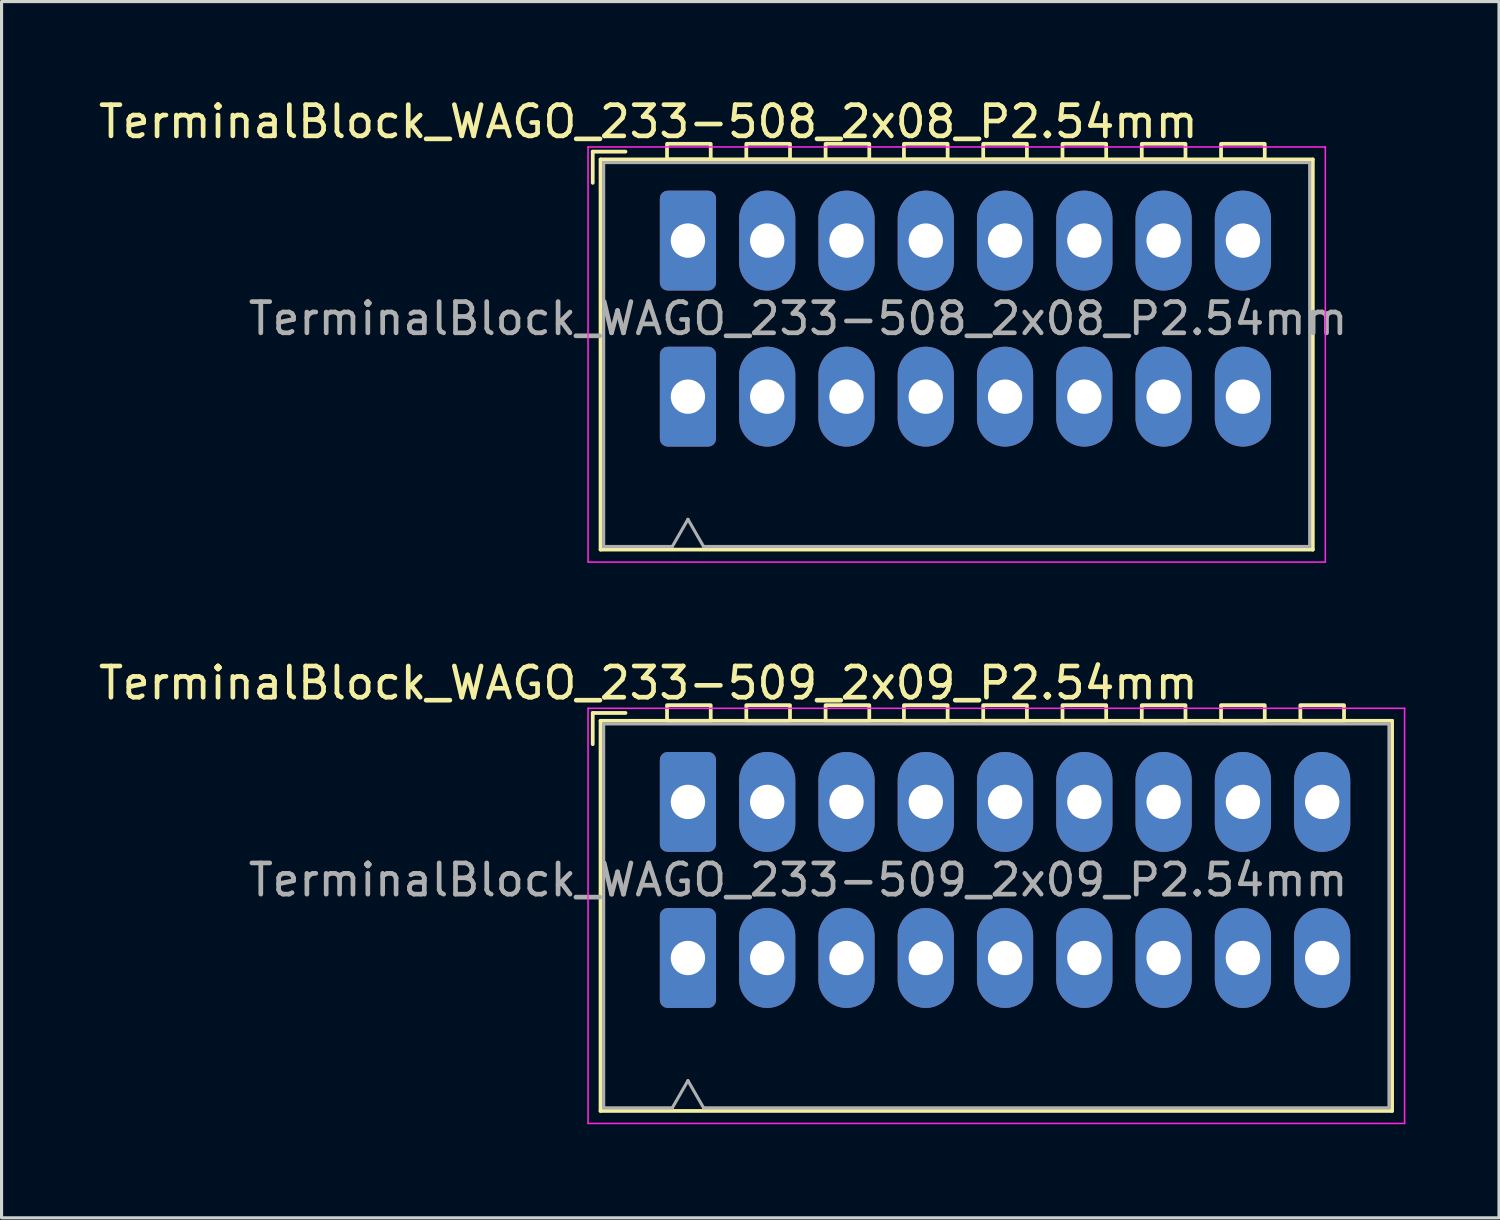
<source format=kicad_pcb>
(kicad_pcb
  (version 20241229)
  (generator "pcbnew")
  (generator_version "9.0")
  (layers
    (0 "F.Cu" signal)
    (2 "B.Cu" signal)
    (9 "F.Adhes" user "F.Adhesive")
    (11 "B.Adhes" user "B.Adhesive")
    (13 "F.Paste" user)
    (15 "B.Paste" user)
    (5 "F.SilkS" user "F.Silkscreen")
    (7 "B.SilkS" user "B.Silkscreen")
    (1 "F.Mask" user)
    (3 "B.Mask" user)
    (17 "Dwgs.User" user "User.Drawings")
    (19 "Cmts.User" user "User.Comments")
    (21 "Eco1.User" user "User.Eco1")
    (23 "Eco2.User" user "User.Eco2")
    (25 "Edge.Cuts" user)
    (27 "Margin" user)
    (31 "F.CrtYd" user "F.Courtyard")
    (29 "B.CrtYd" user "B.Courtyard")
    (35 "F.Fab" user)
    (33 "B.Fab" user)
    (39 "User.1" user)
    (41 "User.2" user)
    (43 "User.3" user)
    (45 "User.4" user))
  (footprint "TerminalBlock_WAGO_233-508_2x08_P2.54mm"
    (layer "F.Cu")
    (at 18.99 4.658)
    (property "Reference" "TerminalBlock_WAGO_233-508_2x08_P2.54mm" (at -1.27 -3.81 0) (layer "F.SilkS") (effects (font (size 1 1) (thickness 0.15))))
    (attr through_hole)
    (fp_line (start -3.05 -2.85) (end -3.05 -1.85) (stroke (width 0.12) (type default)) (layer "F.SilkS"))
    (fp_line (start -3.05 -2.85) (end -2 -2.85) (stroke (width 0.12) (type default)) (layer "F.SilkS"))
    (fp_line (start -2.8 -2.6) (end 20.02 -2.6) (stroke (width 0.12) (type solid)) (layer "F.SilkS"))
    (fp_line (start -2.8 9.9) (end -2.8 -2.6) (stroke (width 0.12) (type solid)) (layer "F.SilkS"))
    (fp_line (start 20.02 -2.6) (end 20.02 9.9) (stroke (width 0.12) (type solid)) (layer "F.SilkS"))
    (fp_line (start 20.02 9.9) (end -2.8 9.9) (stroke (width 0.12) (type solid)) (layer "F.SilkS"))
    (fp_rect (start -0.67 -3.1) (end 0.73 -2.6) (stroke (width 0.12) (type default)) (fill no) (layer "F.SilkS"))
    (fp_rect (start 1.87 -3.1) (end 3.27 -2.6) (stroke (width 0.12) (type default)) (fill no) (layer "F.SilkS"))
    (fp_rect (start 4.41 -3.1) (end 5.81 -2.6) (stroke (width 0.12) (type default)) (fill no) (layer "F.SilkS"))
    (fp_rect (start 6.92 -3.1) (end 8.32 -2.6) (stroke (width 0.12) (type default)) (fill no) (layer "F.SilkS"))
    (fp_rect (start 9.46 -3.101) (end 10.86 -2.601) (stroke (width 0.12) (type default)) (fill no) (layer "F.SilkS"))
    (fp_rect (start 12 -3.101) (end 13.4 -2.601) (stroke (width 0.12) (type default)) (fill no) (layer "F.SilkS"))
    (fp_rect (start 14.54 -3.1) (end 15.94 -2.6) (stroke (width 0.12) (type default)) (fill no) (layer "F.SilkS"))
    (fp_rect (start 17.08 -3.1) (end 18.48 -2.6) (stroke (width 0.12) (type default)) (fill no) (layer "F.SilkS"))
    (fp_line (start -3.2 -3) (end 20.42 -3) (stroke (width 0.05) (type solid)) (layer "F.CrtYd"))
    (fp_line (start -3.2 10.3) (end -3.2 -3) (stroke (width 0.05) (type solid)) (layer "F.CrtYd"))
    (fp_line (start 20.42 -3) (end 20.42 10.3) (stroke (width 0.05) (type solid)) (layer "F.CrtYd"))
    (fp_line (start 20.42 10.3) (end -3.2 10.3) (stroke (width 0.05) (type solid)) (layer "F.CrtYd"))
    (fp_line (start -2.7 -2.5) (end 19.92 -2.5) (stroke (width 0.1) (type default)) (layer "F.Fab"))
    (fp_line (start -2.7 9.8) (end -2.7 -2.5) (stroke (width 0.1) (type default)) (layer "F.Fab"))
    (fp_line (start -2.7 9.8) (end -0.5 9.8) (stroke (width 0.1) (type default)) (layer "F.Fab"))
    (fp_line (start 0 8.93) (end -0.5 9.8) (stroke (width 0.1) (type default)) (layer "F.Fab"))
    (fp_line (start 0.5 9.8) (end 0 8.93) (stroke (width 0.1) (type default)) (layer "F.Fab"))
    (fp_line (start 0.5 9.8) (end 19.92 9.8) (stroke (width 0.1) (type default)) (layer "F.Fab"))
    (fp_line (start 19.92 -2.5) (end 19.92 9.8) (stroke (width 0.1) (type default)) (layer "F.Fab"))
    (fp_text user "${REFERENCE}" (at 3.53 2.5 0) (layer "F.Fab") (effects (font (size 1 1) (thickness 0.15))))
    (pad "1" thru_hole roundrect (at 0 0) (size 1.8 3.2) (drill 1.1) (layers "*.Cu" "*.Mask") (roundrect_rratio 0.139))
    (pad "1" thru_hole roundrect (at 0 5) (size 1.8 3.2) (drill 1.1) (layers "*.Cu" "*.Mask") (roundrect_rratio 0.139))
    (pad "2" thru_hole oval (at 2.54 0) (size 1.8 3.2) (drill 1.1) (layers "*.Cu" "*.Mask"))
    (pad "2" thru_hole oval (at 2.54 5) (size 1.8 3.2) (drill 1.1) (layers "*.Cu" "*.Mask"))
    (pad "3" thru_hole oval (at 5.08 0) (size 1.8 3.2) (drill 1.1) (layers "*.Cu" "*.Mask"))
    (pad "3" thru_hole oval (at 5.08 5) (size 1.8 3.2) (drill 1.1) (layers "*.Cu" "*.Mask"))
    (pad "4" thru_hole oval (at 7.62 0) (size 1.8 3.2) (drill 1.1) (layers "*.Cu" "*.Mask"))
    (pad "4" thru_hole oval (at 7.62 5) (size 1.8 3.2) (drill 1.1) (layers "*.Cu" "*.Mask"))
    (pad "5" thru_hole oval (at 10.16 0) (size 1.8 3.2) (drill 1.1) (layers "*.Cu" "*.Mask"))
    (pad "5" thru_hole oval (at 10.16 5) (size 1.8 3.2) (drill 1.1) (layers "*.Cu" "*.Mask"))
    (pad "6" thru_hole oval (at 12.7 0) (size 1.8 3.2) (drill 1.1) (layers "*.Cu" "*.Mask"))
    (pad "6" thru_hole oval (at 12.7 5) (size 1.8 3.2) (drill 1.1) (layers "*.Cu" "*.Mask"))
    (pad "7" thru_hole oval (at 15.24 0) (size 1.8 3.2) (drill 1.1) (layers "*.Cu" "*.Mask"))
    (pad "7" thru_hole oval (at 15.24 5) (size 1.8 3.2) (drill 1.1) (layers "*.Cu" "*.Mask"))
    (pad "8" thru_hole oval (at 17.78 0) (size 1.8 3.2) (drill 1.1) (layers "*.Cu" "*.Mask"))
    (pad "8" thru_hole oval (at 17.78 5) (size 1.8 3.2) (drill 1.1) (layers "*.Cu" "*.Mask")))
  (footprint "TerminalBlock_WAGO_233-509_2x09_P2.54mm"
    (layer "F.Cu")
    (at 18.99 22.642)
    (property "Reference" "TerminalBlock_WAGO_233-509_2x09_P2.54mm" (at -1.27 -3.81 0) (layer "F.SilkS") (effects (font (size 1 1) (thickness 0.15))))
    (attr through_hole)
    (fp_line (start -3.05 -2.85) (end -3.05 -1.85) (stroke (width 0.12) (type default)) (layer "F.SilkS"))
    (fp_line (start -3.05 -2.85) (end -2 -2.85) (stroke (width 0.12) (type default)) (layer "F.SilkS"))
    (fp_line (start -2.8 -2.6) (end 22.56 -2.6) (stroke (width 0.12) (type solid)) (layer "F.SilkS"))
    (fp_line (start -2.8 9.9) (end -2.8 -2.6) (stroke (width 0.12) (type solid)) (layer "F.SilkS"))
    (fp_line (start 22.56 -2.6) (end 22.56 9.9) (stroke (width 0.12) (type solid)) (layer "F.SilkS"))
    (fp_line (start 22.56 9.9) (end -2.8 9.9) (stroke (width 0.12) (type solid)) (layer "F.SilkS"))
    (fp_rect (start -0.67 -3.1) (end 0.73 -2.6) (stroke (width 0.12) (type default)) (fill no) (layer "F.SilkS"))
    (fp_rect (start 1.87 -3.1) (end 3.27 -2.6) (stroke (width 0.12) (type default)) (fill no) (layer "F.SilkS"))
    (fp_rect (start 4.41 -3.1) (end 5.81 -2.6) (stroke (width 0.12) (type default)) (fill no) (layer "F.SilkS"))
    (fp_rect (start 6.92 -3.1) (end 8.32 -2.6) (stroke (width 0.12) (type default)) (fill no) (layer "F.SilkS"))
    (fp_rect (start 9.46 -3.101) (end 10.86 -2.601) (stroke (width 0.12) (type default)) (fill no) (layer "F.SilkS"))
    (fp_rect (start 12 -3.101) (end 13.4 -2.601) (stroke (width 0.12) (type default)) (fill no) (layer "F.SilkS"))
    (fp_rect (start 14.54 -3.1) (end 15.94 -2.6) (stroke (width 0.12) (type default)) (fill no) (layer "F.SilkS"))
    (fp_rect (start 17.08 -3.1) (end 18.48 -2.6) (stroke (width 0.12) (type default)) (fill no) (layer "F.SilkS"))
    (fp_rect (start 19.62 -3.1) (end 21.02 -2.6) (stroke (width 0.12) (type default)) (fill no) (layer "F.SilkS"))
    (fp_line (start -3.2 -3) (end 22.96 -3) (stroke (width 0.05) (type solid)) (layer "F.CrtYd"))
    (fp_line (start -3.2 10.3) (end -3.2 -3) (stroke (width 0.05) (type solid)) (layer "F.CrtYd"))
    (fp_line (start 22.96 -3) (end 22.96 10.3) (stroke (width 0.05) (type solid)) (layer "F.CrtYd"))
    (fp_line (start 22.96 10.3) (end -3.2 10.3) (stroke (width 0.05) (type solid)) (layer "F.CrtYd"))
    (fp_line (start -2.7 -2.5) (end 22.46 -2.5) (stroke (width 0.1) (type default)) (layer "F.Fab"))
    (fp_line (start -2.7 9.8) (end -2.7 -2.5) (stroke (width 0.1) (type default)) (layer "F.Fab"))
    (fp_line (start -2.7 9.8) (end -0.5 9.8) (stroke (width 0.1) (type default)) (layer "F.Fab"))
    (fp_line (start 0 8.93) (end -0.5 9.8) (stroke (width 0.1) (type default)) (layer "F.Fab"))
    (fp_line (start 0.5 9.8) (end 0 8.93) (stroke (width 0.1) (type default)) (layer "F.Fab"))
    (fp_line (start 0.5 9.8) (end 22.46 9.8) (stroke (width 0.1) (type default)) (layer "F.Fab"))
    (fp_line (start 22.46 -2.5) (end 22.46 9.8) (stroke (width 0.1) (type default)) (layer "F.Fab"))
    (fp_text user "${REFERENCE}" (at 3.53 2.5 0) (layer "F.Fab") (effects (font (size 1 1) (thickness 0.15))))
    (pad "1" thru_hole roundrect (at 0 0) (size 1.8 3.2) (drill 1.1) (layers "*.Cu" "*.Mask") (roundrect_rratio 0.139))
    (pad "1" thru_hole roundrect (at 0 5) (size 1.8 3.2) (drill 1.1) (layers "*.Cu" "*.Mask") (roundrect_rratio 0.139))
    (pad "2" thru_hole oval (at 2.54 0) (size 1.8 3.2) (drill 1.1) (layers "*.Cu" "*.Mask"))
    (pad "2" thru_hole oval (at 2.54 5) (size 1.8 3.2) (drill 1.1) (layers "*.Cu" "*.Mask"))
    (pad "3" thru_hole oval (at 5.08 0) (size 1.8 3.2) (drill 1.1) (layers "*.Cu" "*.Mask"))
    (pad "3" thru_hole oval (at 5.08 5) (size 1.8 3.2) (drill 1.1) (layers "*.Cu" "*.Mask"))
    (pad "4" thru_hole oval (at 7.62 0) (size 1.8 3.2) (drill 1.1) (layers "*.Cu" "*.Mask"))
    (pad "4" thru_hole oval (at 7.62 5) (size 1.8 3.2) (drill 1.1) (layers "*.Cu" "*.Mask"))
    (pad "5" thru_hole oval (at 10.16 0) (size 1.8 3.2) (drill 1.1) (layers "*.Cu" "*.Mask"))
    (pad "5" thru_hole oval (at 10.16 5) (size 1.8 3.2) (drill 1.1) (layers "*.Cu" "*.Mask"))
    (pad "6" thru_hole oval (at 12.7 0) (size 1.8 3.2) (drill 1.1) (layers "*.Cu" "*.Mask"))
    (pad "6" thru_hole oval (at 12.7 5) (size 1.8 3.2) (drill 1.1) (layers "*.Cu" "*.Mask"))
    (pad "7" thru_hole oval (at 15.24 0) (size 1.8 3.2) (drill 1.1) (layers "*.Cu" "*.Mask"))
    (pad "7" thru_hole oval (at 15.24 5) (size 1.8 3.2) (drill 1.1) (layers "*.Cu" "*.Mask"))
    (pad "8" thru_hole oval (at 17.78 0) (size 1.8 3.2) (drill 1.1) (layers "*.Cu" "*.Mask"))
    (pad "8" thru_hole oval (at 17.78 5) (size 1.8 3.2) (drill 1.1) (layers "*.Cu" "*.Mask"))
    (pad "9" thru_hole oval (at 20.32 0) (size 1.8 3.2) (drill 1.1) (layers "*.Cu" "*.Mask"))
    (pad "9" thru_hole oval (at 20.32 5) (size 1.8 3.2) (drill 1.1) (layers "*.Cu" "*.Mask")))
  (gr_rect
    (start -3 -3)
    (end 44.975 35.967)
    (stroke (width 0.1) (type default))
    (fill no)
    (layer "Edge.Cuts")))
</source>
